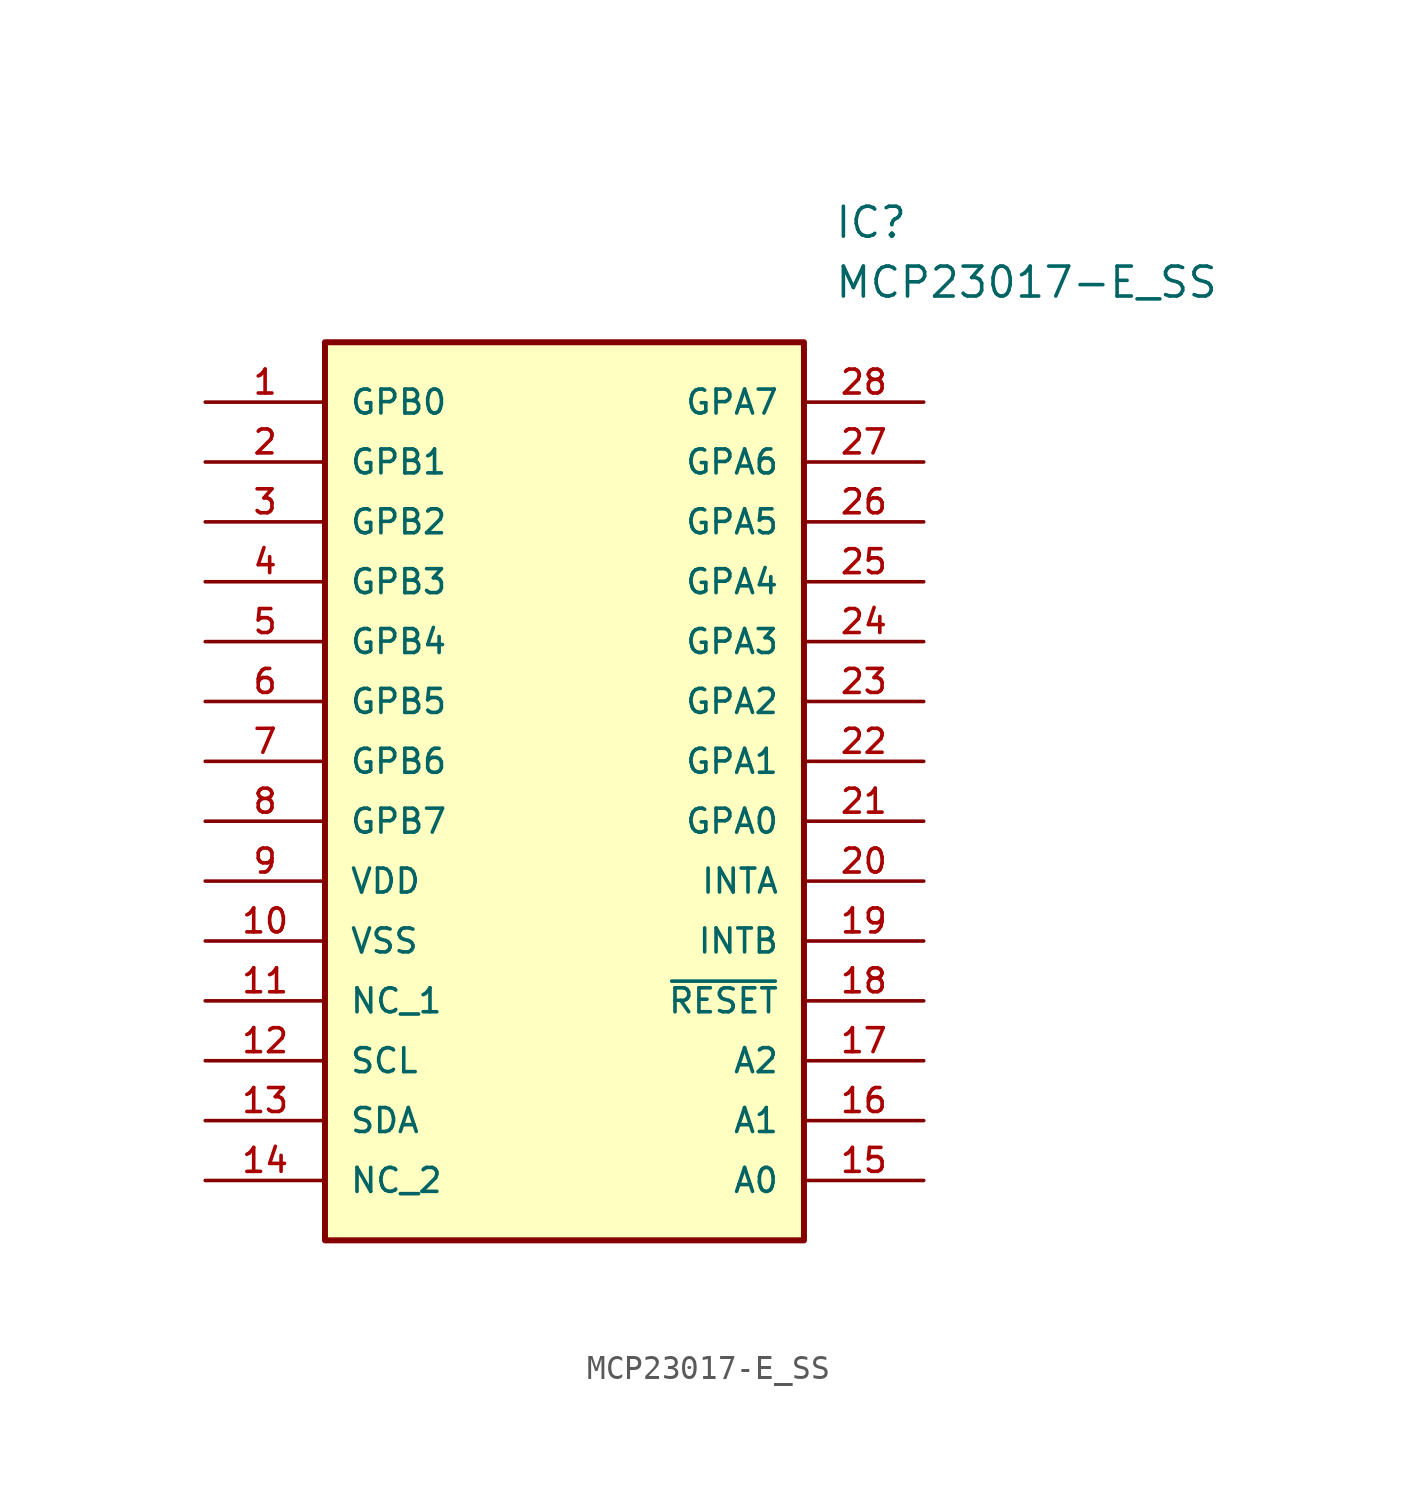
<source format=kicad_sym>
(kicad_symbol_lib
  (version 20211014)
  (generator kicad_symbol_editor)
  (symbol "MCP23017-E_SS"
    (pin_names
      (offset 1.016))
    (property "Reference" "IC"
      (at 26.67 7.62 0)
      (effects (font (size 1.27 1.27)) (justify left)))
    (property "Value" "MCP23017-E_SS"
      (at 26.67 5.08 0)
      (effects (font (size 1.27 1.27)) (justify left)))
    (symbol "MCP23017-E_SS_0_0"
      (rectangle (start 5.08 -35.56) (end 25.4 2.54) (stroke (width 0.254)) (fill (type background)))
      (pin bidirectional line (at 0.0 0.0 0) (length 5.08) (name "GPB0" (effects (font (size 1.016 1.016)))) (number "1" (effects (font (size 1.016 1.016)))))
      (pin bidirectional line (at 0.0 -2.54 0) (length 5.08) (name "GPB1" (effects (font (size 1.016 1.016)))) (number "2" (effects (font (size 1.016 1.016)))))
      (pin bidirectional line (at 0.0 -5.08 0) (length 5.08) (name "GPB2" (effects (font (size 1.016 1.016)))) (number "3" (effects (font (size 1.016 1.016)))))
      (pin bidirectional line (at 0.0 -7.62 0) (length 5.08) (name "GPB3" (effects (font (size 1.016 1.016)))) (number "4" (effects (font (size 1.016 1.016)))))
      (pin bidirectional line (at 0.0 -10.16 0) (length 5.08) (name "GPB4" (effects (font (size 1.016 1.016)))) (number "5" (effects (font (size 1.016 1.016)))))
      (pin bidirectional line (at 0.0 -12.7 0) (length 5.08) (name "GPB5" (effects (font (size 1.016 1.016)))) (number "6" (effects (font (size 1.016 1.016)))))
      (pin bidirectional line (at 0.0 -15.24 0) (length 5.08) (name "GPB6" (effects (font (size 1.016 1.016)))) (number "7" (effects (font (size 1.016 1.016)))))
      (pin bidirectional line (at 0.0 -17.78 0) (length 5.08) (name "GPB7" (effects (font (size 1.016 1.016)))) (number "8" (effects (font (size 1.016 1.016)))))
      (pin bidirectional line (at 0.0 -20.32 0) (length 5.08) (name "VDD" (effects (font (size 1.016 1.016)))) (number "9" (effects (font (size 1.016 1.016)))))
      (pin bidirectional line (at 0.0 -22.86 0) (length 5.08) (name "VSS" (effects (font (size 1.016 1.016)))) (number "10" (effects (font (size 1.016 1.016)))))
      (pin bidirectional line (at 0.0 -25.4 0) (length 5.08) (name "NC_1" (effects (font (size 1.016 1.016)))) (number "11" (effects (font (size 1.016 1.016)))))
      (pin bidirectional line (at 0.0 -27.94 0) (length 5.08) (name "SCL" (effects (font (size 1.016 1.016)))) (number "12" (effects (font (size 1.016 1.016)))))
      (pin bidirectional line (at 0.0 -30.48 0) (length 5.08) (name "SDA" (effects (font (size 1.016 1.016)))) (number "13" (effects (font (size 1.016 1.016)))))
      (pin bidirectional line (at 0.0 -33.02 0) (length 5.08) (name "NC_2" (effects (font (size 1.016 1.016)))) (number "14" (effects (font (size 1.016 1.016)))))
      (pin bidirectional line (at 30.48 0.0 180.0) (length 5.08) (name "GPA7" (effects (font (size 1.016 1.016)))) (number "28" (effects (font (size 1.016 1.016)))))
      (pin bidirectional line (at 30.48 -2.54 180.0) (length 5.08) (name "GPA6" (effects (font (size 1.016 1.016)))) (number "27" (effects (font (size 1.016 1.016)))))
      (pin bidirectional line (at 30.48 -5.08 180.0) (length 5.08) (name "GPA5" (effects (font (size 1.016 1.016)))) (number "26" (effects (font (size 1.016 1.016)))))
      (pin bidirectional line (at 30.48 -7.62 180.0) (length 5.08) (name "GPA4" (effects (font (size 1.016 1.016)))) (number "25" (effects (font (size 1.016 1.016)))))
      (pin bidirectional line (at 30.48 -10.16 180.0) (length 5.08) (name "GPA3" (effects (font (size 1.016 1.016)))) (number "24" (effects (font (size 1.016 1.016)))))
      (pin bidirectional line (at 30.48 -12.7 180.0) (length 5.08) (name "GPA2" (effects (font (size 1.016 1.016)))) (number "23" (effects (font (size 1.016 1.016)))))
      (pin bidirectional line (at 30.48 -15.24 180.0) (length 5.08) (name "GPA1" (effects (font (size 1.016 1.016)))) (number "22" (effects (font (size 1.016 1.016)))))
      (pin bidirectional line (at 30.48 -17.78 180.0) (length 5.08) (name "GPA0" (effects (font (size 1.016 1.016)))) (number "21" (effects (font (size 1.016 1.016)))))
      (pin bidirectional line (at 30.48 -20.32 180.0) (length 5.08) (name "INTA" (effects (font (size 1.016 1.016)))) (number "20" (effects (font (size 1.016 1.016)))))
      (pin bidirectional line (at 30.48 -22.86 180.0) (length 5.08) (name "INTB" (effects (font (size 1.016 1.016)))) (number "19" (effects (font (size 1.016 1.016)))))
      (pin bidirectional line (at 30.48 -25.4 180.0) (length 5.08) (name "~{RESET}" (effects (font (size 1.016 1.016)))) (number "18" (effects (font (size 1.016 1.016)))))
      (pin bidirectional line (at 30.48 -27.94 180.0) (length 5.08) (name "A2" (effects (font (size 1.016 1.016)))) (number "17" (effects (font (size 1.016 1.016)))))
      (pin bidirectional line (at 30.48 -30.48 180.0) (length 5.08) (name "A1" (effects (font (size 1.016 1.016)))) (number "16" (effects (font (size 1.016 1.016)))))
      (pin bidirectional line (at 30.48 -33.02 180.0) (length 5.08) (name "A0" (effects (font (size 1.016 1.016)))) (number "15" (effects (font (size 1.016 1.016))))))))
</source>
